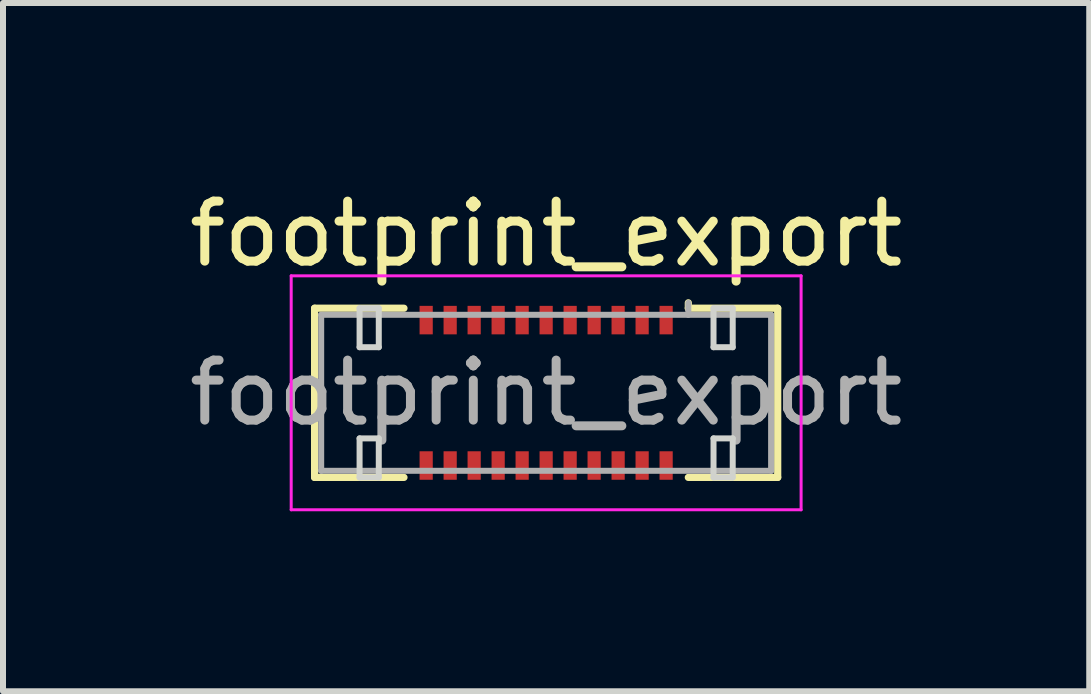
<source format=kicad_pcb>
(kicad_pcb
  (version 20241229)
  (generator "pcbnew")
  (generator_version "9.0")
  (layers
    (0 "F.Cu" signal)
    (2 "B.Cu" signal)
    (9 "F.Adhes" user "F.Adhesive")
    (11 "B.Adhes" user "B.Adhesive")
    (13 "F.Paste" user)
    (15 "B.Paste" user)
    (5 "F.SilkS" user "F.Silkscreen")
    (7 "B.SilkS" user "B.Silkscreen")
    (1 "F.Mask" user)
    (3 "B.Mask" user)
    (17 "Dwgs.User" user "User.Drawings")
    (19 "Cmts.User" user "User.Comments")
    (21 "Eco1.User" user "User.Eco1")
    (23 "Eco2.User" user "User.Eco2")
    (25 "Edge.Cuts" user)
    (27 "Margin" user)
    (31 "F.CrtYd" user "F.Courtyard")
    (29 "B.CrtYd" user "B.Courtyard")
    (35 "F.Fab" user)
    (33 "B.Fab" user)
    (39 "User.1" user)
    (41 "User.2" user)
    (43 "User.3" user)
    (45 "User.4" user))
  (footprint "footprint_export"
    (layer "F.Cu")
    (at 6.054 3.498)
    (property "Reference" "footprint_export" (at 0 -2.65 0) (layer "F.SilkS") (effects (font (size 1 1) (thickness 0.15))))
    (attr smd)
    (fp_line (start -3.86 -1.41) (end -2.37 -1.41) (stroke (width 0.12) (type solid)) (layer "F.SilkS"))
    (fp_line (start -3.86 1.41) (end -3.86 -1.41) (stroke (width 0.12) (type solid)) (layer "F.SilkS"))
    (fp_line (start -2.37 1.41) (end -3.86 1.41) (stroke (width 0.12) (type solid)) (layer "F.SilkS"))
    (fp_line (start 2.37 -1.41) (end 2.37 -1.5) (stroke (width 0.12) (type solid)) (layer "F.SilkS"))
    (fp_line (start 2.37 1.41) (end 3.86 1.41) (stroke (width 0.12) (type solid)) (layer "F.SilkS"))
    (fp_line (start 3.86 -1.41) (end 2.37 -1.41) (stroke (width 0.12) (type solid)) (layer "F.SilkS"))
    (fp_line (start 3.86 1.41) (end 3.86 -1.41) (stroke (width 0.12) (type solid)) (layer "F.SilkS"))
    (fp_line (start -3.11 -1.41) (end -3.11 -0.76) (stroke (width 0.1) (type solid)) (layer "Edge.Cuts"))
    (fp_line (start -3.11 -0.76) (end -2.79 -0.76) (stroke (width 0.1) (type solid)) (layer "Edge.Cuts"))
    (fp_line (start -3.11 0.76) (end -3.11 1.41) (stroke (width 0.1) (type solid)) (layer "Edge.Cuts"))
    (fp_line (start -3.11 1.41) (end -2.79 1.41) (stroke (width 0.1) (type solid)) (layer "Edge.Cuts"))
    (fp_line (start -2.79 -1.41) (end -3.11 -1.41) (stroke (width 0.1) (type solid)) (layer "Edge.Cuts"))
    (fp_line (start -2.79 -0.76) (end -2.79 -1.41) (stroke (width 0.1) (type solid)) (layer "Edge.Cuts"))
    (fp_line (start -2.79 0.76) (end -3.11 0.76) (stroke (width 0.1) (type solid)) (layer "Edge.Cuts"))
    (fp_line (start -2.79 1.41) (end -2.79 0.76) (stroke (width 0.1) (type solid)) (layer "Edge.Cuts"))
    (fp_line (start 2.79 -1.41) (end 2.79 -0.76) (stroke (width 0.1) (type solid)) (layer "Edge.Cuts"))
    (fp_line (start 2.79 -0.76) (end 3.11 -0.76) (stroke (width 0.1) (type solid)) (layer "Edge.Cuts"))
    (fp_line (start 2.79 0.76) (end 2.79 1.41) (stroke (width 0.1) (type solid)) (layer "Edge.Cuts"))
    (fp_line (start 2.79 1.41) (end 3.11 1.41) (stroke (width 0.1) (type solid)) (layer "Edge.Cuts"))
    (fp_line (start 3.11 -1.41) (end 2.79 -1.41) (stroke (width 0.1) (type solid)) (layer "Edge.Cuts"))
    (fp_line (start 3.11 -0.76) (end 3.11 -1.41) (stroke (width 0.1) (type solid)) (layer "Edge.Cuts"))
    (fp_line (start 3.11 0.76) (end 2.79 0.76) (stroke (width 0.1) (type solid)) (layer "Edge.Cuts"))
    (fp_line (start 3.11 1.41) (end 3.11 0.76) (stroke (width 0.1) (type solid)) (layer "Edge.Cuts"))
    (fp_line (start -4.25 -1.95) (end -4.25 1.95) (stroke (width 0.05) (type solid)) (layer "F.CrtYd"))
    (fp_line (start -4.25 1.95) (end 4.25 1.95) (stroke (width 0.05) (type solid)) (layer "F.CrtYd"))
    (fp_line (start 4.25 -1.95) (end -4.25 -1.95) (stroke (width 0.05) (type solid)) (layer "F.CrtYd"))
    (fp_line (start 4.25 1.95) (end 4.25 -1.95) (stroke (width 0.05) (type solid)) (layer "F.CrtYd"))
    (fp_line (start -3.75 -1.3) (end -3.75 1.3) (stroke (width 0.1) (type solid)) (layer "F.Fab"))
    (fp_line (start -3.75 1.3) (end 3.75 1.3) (stroke (width 0.1) (type solid)) (layer "F.Fab"))
    (fp_line (start 2.37 -1.3) (end 2.37 -1.5) (stroke (width 0.1) (type solid)) (layer "F.Fab"))
    (fp_line (start 3.75 -1.3) (end -3.75 -1.3) (stroke (width 0.1) (type solid)) (layer "F.Fab"))
    (fp_line (start 3.75 1.3) (end 3.75 -1.3) (stroke (width 0.1) (type solid)) (layer "F.Fab"))
    (fp_text user "${REFERENCE}" (at 0 0 0) (layer "F.Fab") (effects (font (size 1 1) (thickness 0.15))))
    (pad "1" smd rect (at 2 -1.212) (size 0.22 0.475) (layers "F.Cu" "F.Mask" "F.Paste"))
    (pad "2" smd rect (at 2 1.212) (size 0.22 0.475) (layers "F.Cu" "F.Mask" "F.Paste"))
    (pad "3" smd rect (at 1.6 -1.212) (size 0.22 0.475) (layers "F.Cu" "F.Mask" "F.Paste"))
    (pad "4" smd rect (at 1.6 1.212) (size 0.22 0.475) (layers "F.Cu" "F.Mask" "F.Paste"))
    (pad "5" smd rect (at 1.2 -1.212) (size 0.22 0.475) (layers "F.Cu" "F.Mask" "F.Paste"))
    (pad "6" smd rect (at 1.2 1.212) (size 0.22 0.475) (layers "F.Cu" "F.Mask" "F.Paste"))
    (pad "7" smd rect (at 0.8 -1.212) (size 0.22 0.475) (layers "F.Cu" "F.Mask" "F.Paste"))
    (pad "8" smd rect (at 0.8 1.212) (size 0.22 0.475) (layers "F.Cu" "F.Mask" "F.Paste"))
    (pad "9" smd rect (at 0.4 -1.212) (size 0.22 0.475) (layers "F.Cu" "F.Mask" "F.Paste"))
    (pad "10" smd rect (at 0.4 1.212) (size 0.22 0.475) (layers "F.Cu" "F.Mask" "F.Paste"))
    (pad "11" smd rect (at 0 -1.212) (size 0.22 0.475) (layers "F.Cu" "F.Mask" "F.Paste"))
    (pad "12" smd rect (at 0 1.212) (size 0.22 0.475) (layers "F.Cu" "F.Mask" "F.Paste"))
    (pad "13" smd rect (at -0.4 -1.212) (size 0.22 0.475) (layers "F.Cu" "F.Mask" "F.Paste"))
    (pad "14" smd rect (at -0.4 1.212) (size 0.22 0.475) (layers "F.Cu" "F.Mask" "F.Paste"))
    (pad "15" smd rect (at -0.8 -1.212) (size 0.22 0.475) (layers "F.Cu" "F.Mask" "F.Paste"))
    (pad "16" smd rect (at -0.8 1.212) (size 0.22 0.475) (layers "F.Cu" "F.Mask" "F.Paste"))
    (pad "17" smd rect (at -1.2 -1.212) (size 0.22 0.475) (layers "F.Cu" "F.Mask" "F.Paste"))
    (pad "18" smd rect (at -1.2 1.212) (size 0.22 0.475) (layers "F.Cu" "F.Mask" "F.Paste"))
    (pad "19" smd rect (at -1.6 -1.212) (size 0.22 0.475) (layers "F.Cu" "F.Mask" "F.Paste"))
    (pad "20" smd rect (at -1.6 1.212) (size 0.22 0.475) (layers "F.Cu" "F.Mask" "F.Paste"))
    (pad "21" smd rect (at -2 -1.212) (size 0.22 0.475) (layers "F.Cu" "F.Mask" "F.Paste"))
    (pad "22" smd rect (at -2 1.212) (size 0.22 0.475) (layers "F.Cu" "F.Mask" "F.Paste")))
  (gr_rect
    (start -3 -3)
    (end 15.107 8.473)
    (stroke (width 0.1) (type default))
    (fill no)
    (layer "Edge.Cuts")))
</source>
